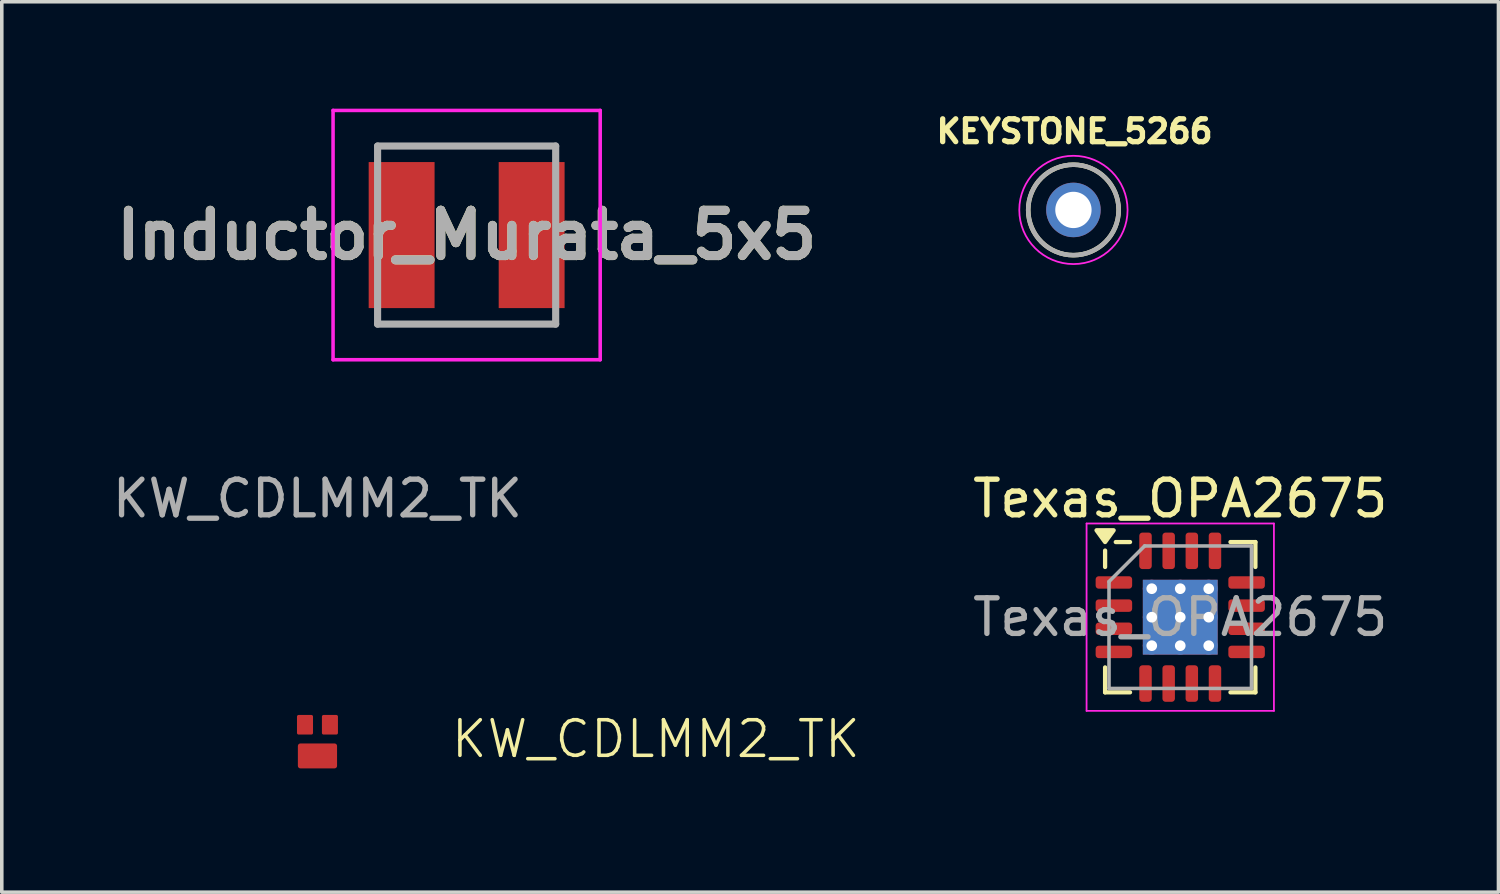
<source format=kicad_pcb>
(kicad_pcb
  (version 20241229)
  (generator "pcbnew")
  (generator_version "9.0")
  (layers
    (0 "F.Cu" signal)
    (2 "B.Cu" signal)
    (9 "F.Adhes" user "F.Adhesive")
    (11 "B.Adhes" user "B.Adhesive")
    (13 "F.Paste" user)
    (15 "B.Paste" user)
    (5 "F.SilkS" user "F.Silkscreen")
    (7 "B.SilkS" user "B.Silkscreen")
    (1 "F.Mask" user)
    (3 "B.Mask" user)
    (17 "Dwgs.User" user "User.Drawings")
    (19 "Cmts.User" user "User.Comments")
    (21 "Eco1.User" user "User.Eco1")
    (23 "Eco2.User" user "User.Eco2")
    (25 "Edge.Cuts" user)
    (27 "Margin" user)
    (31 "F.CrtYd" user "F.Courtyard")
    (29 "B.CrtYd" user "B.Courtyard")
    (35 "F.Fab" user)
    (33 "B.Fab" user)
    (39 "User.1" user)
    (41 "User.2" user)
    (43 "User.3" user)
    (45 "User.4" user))
  (footprint "KEYSTONE_5266"
    (layer "F.Cu")
    (at 27.087 2.844)
    (property "Reference" "KEYSTONE_5266" (at 0.032 -2.206 0) (layer "F.SilkS") (effects (font (size 0.64 0.64) (thickness 0.15))))
    (attr through_hole)
    (fp_circle (center 0 0) (end 1.27 0) (stroke (width 0.127) (type solid)) (fill no) (layer "F.SilkS"))
    (fp_circle (center 0 0) (end 1.52 0) (stroke (width 0.05) (type solid)) (fill no) (layer "F.CrtYd"))
    (fp_circle (center 0 0) (end 1.27 0) (stroke (width 0.127) (type solid)) (fill no) (layer "F.Fab"))
    (pad "1" thru_hole circle (at 0 0) (size 1.53 1.53) (drill 1.02) (layers "*.Cu" "*.Mask")))
  (footprint "KW_CDLMM2_TK"
    (layer "F.Cu")
    (at 5.863 17.698)
    (property "Reference" "KW_CDLMM2_TK" (at 9.5 0 0) (unlocked yes) (layer "F.SilkS") (effects (font (size 1 1) (thickness 0.1))))
    (attr smd)
    (fp_rect (start -1 -1) (end 1 1.25) (stroke (width 0.1) (type default)) (fill no) (layer "Margin"))
    (fp_text user "${REFERENCE}" (at 0 -6.75 0) (unlocked yes) (layer "F.Fab") (effects (font (size 1 1) (thickness 0.15))))
    (pad "1" smd roundrect (at 0.35 -0.4) (size 0.45 0.55) (layers "F.Cu" "F.Mask" "F.Paste") (roundrect_rratio 0.1))
    (pad "2" smd roundrect (at -0.35 -0.4) (size 0.45 0.55) (layers "F.Cu" "F.Mask" "F.Paste") (roundrect_rratio 0.1))
    (pad "3" smd roundrect (at 0 0.475) (size 1.1 0.7) (layers "F.Cu" "F.Mask" "F.Paste") (roundrect_rratio 0.1)))
  (footprint "Inductor_Murata_5x5"
    (layer "F.Cu")
    (at 10.051 3.55)
    (property "Reference" "Inductor_Murata_5x5" (at 0 0 0) (layer "F.SilkS") (effects (font (size 1.27 1.27) (thickness 0.254))))
    (attr smd)
    (fp_line (start -2.1 -2.5) (end 2.1 -2.5) (stroke (width 0.1) (type solid)) (layer "F.SilkS"))
    (fp_line (start -2.1 2.5) (end 2.1 2.5) (stroke (width 0.1) (type solid)) (layer "F.SilkS"))
    (fp_line (start -3.75 -3.5) (end 3.75 -3.5) (stroke (width 0.1) (type solid)) (layer "F.CrtYd"))
    (fp_line (start -3.75 3.5) (end -3.75 -3.5) (stroke (width 0.1) (type solid)) (layer "F.CrtYd"))
    (fp_line (start 3.75 -3.5) (end 3.75 3.5) (stroke (width 0.1) (type solid)) (layer "F.CrtYd"))
    (fp_line (start 3.75 3.5) (end -3.75 3.5) (stroke (width 0.1) (type solid)) (layer "F.CrtYd"))
    (fp_line (start -2.5 -2.5) (end 2.5 -2.5) (stroke (width 0.2) (type solid)) (layer "F.Fab"))
    (fp_line (start -2.5 2.5) (end -2.5 -2.5) (stroke (width 0.2) (type solid)) (layer "F.Fab"))
    (fp_line (start 2.5 -2.5) (end 2.5 2.5) (stroke (width 0.2) (type solid)) (layer "F.Fab"))
    (fp_line (start 2.5 2.5) (end -2.5 2.5) (stroke (width 0.2) (type solid)) (layer "F.Fab"))
    (fp_text user "${REFERENCE}" (at 0 0 0) (layer "F.Fab") (effects (font (size 1.27 1.27) (thickness 0.254))))
    (pad "1" smd rect (at -1.825 0) (size 1.85 4.1) (layers "F.Cu" "F.Mask" "F.Paste"))
    (pad "2" smd rect (at 1.825 0) (size 1.85 4.1) (layers "F.Cu" "F.Mask" "F.Paste")))
  (footprint "Texas_OPA2675"
    (layer "F.Cu")
    (at 30.086 14.278)
    (property "Reference" "Texas_OPA2675" (at 0 -3.33 0) (layer "F.SilkS") (effects (font (size 1 1) (thickness 0.15))))
    (attr smd)
    (fp_line (start -2.11 -1.41) (end -2.11 -1.87) (stroke (width 0.12) (type solid)) (layer "F.SilkS"))
    (fp_line (start -2.11 2.11) (end -2.11 1.41) (stroke (width 0.12) (type solid)) (layer "F.SilkS"))
    (fp_line (start -1.41 -2.11) (end -1.81 -2.11) (stroke (width 0.12) (type solid)) (layer "F.SilkS"))
    (fp_line (start -1.41 2.11) (end -2.11 2.11) (stroke (width 0.12) (type solid)) (layer "F.SilkS"))
    (fp_line (start 1.41 -2.11) (end 2.11 -2.11) (stroke (width 0.12) (type solid)) (layer "F.SilkS"))
    (fp_line (start 1.41 2.11) (end 2.11 2.11) (stroke (width 0.12) (type solid)) (layer "F.SilkS"))
    (fp_line (start 2.11 -2.11) (end 2.11 -1.41) (stroke (width 0.12) (type solid)) (layer "F.SilkS"))
    (fp_line (start 2.11 2.11) (end 2.11 1.41) (stroke (width 0.12) (type solid)) (layer "F.SilkS"))
    (fp_poly (pts (xy -2.11 -2.11) (xy -2.35 -2.44) (xy -1.87 -2.44) (xy -2.11 -2.11)) (stroke (width 0.12) (type solid)) (fill yes) (layer "F.SilkS"))
    (fp_line (start -2.63 -2.63) (end -2.63 2.63) (stroke (width 0.05) (type solid)) (layer "F.CrtYd"))
    (fp_line (start -2.63 2.63) (end 2.63 2.63) (stroke (width 0.05) (type solid)) (layer "F.CrtYd"))
    (fp_line (start 2.63 -2.63) (end -2.63 -2.63) (stroke (width 0.05) (type solid)) (layer "F.CrtYd"))
    (fp_line (start 2.63 2.63) (end 2.63 -2.63) (stroke (width 0.05) (type solid)) (layer "F.CrtYd"))
    (fp_line (start -2 -1) (end -1 -2) (stroke (width 0.1) (type solid)) (layer "F.Fab"))
    (fp_line (start -2 2) (end -2 -1) (stroke (width 0.1) (type solid)) (layer "F.Fab"))
    (fp_line (start -1 -2) (end 2 -2) (stroke (width 0.1) (type solid)) (layer "F.Fab"))
    (fp_line (start 2 -2) (end 2 2) (stroke (width 0.1) (type solid)) (layer "F.Fab"))
    (fp_line (start 2 2) (end -2 2) (stroke (width 0.1) (type solid)) (layer "F.Fab"))
    (fp_text user "${REFERENCE}" (at 0 0 0) (layer "F.Fab") (effects (font (size 1 1) (thickness 0.15))))
    (pad "1" smd roundrect (at -1.863 -0.975) (size 1.025 0.35) (layers "F.Cu" "F.Mask" "F.Paste") (roundrect_rratio 0.25))
    (pad "2" smd roundrect (at -1.863 -0.325) (size 1.025 0.35) (layers "F.Cu" "F.Mask" "F.Paste") (roundrect_rratio 0.25))
    (pad "3" smd roundrect (at -1.863 0.325) (size 1.025 0.35) (layers "F.Cu" "F.Mask" "F.Paste") (roundrect_rratio 0.25))
    (pad "4" smd roundrect (at -1.863 0.975) (size 1.025 0.35) (layers "F.Cu" "F.Mask" "F.Paste") (roundrect_rratio 0.25))
    (pad "5" smd roundrect (at -0.975 1.863) (size 0.35 1.025) (layers "F.Cu" "F.Mask" "F.Paste") (roundrect_rratio 0.25))
    (pad "6" smd roundrect (at -0.325 1.863) (size 0.35 1.025) (layers "F.Cu" "F.Mask" "F.Paste") (roundrect_rratio 0.25))
    (pad "7" smd roundrect (at 0.325 1.863) (size 0.35 1.025) (layers "F.Cu" "F.Mask" "F.Paste") (roundrect_rratio 0.25))
    (pad "8" smd roundrect (at 0.975 1.863) (size 0.35 1.025) (layers "F.Cu" "F.Mask" "F.Paste") (roundrect_rratio 0.25))
    (pad "9" smd roundrect (at 1.863 0.975) (size 1.025 0.35) (layers "F.Cu" "F.Mask" "F.Paste") (roundrect_rratio 0.25))
    (pad "10" smd roundrect (at 1.863 0.325) (size 1.025 0.35) (layers "F.Cu" "F.Mask" "F.Paste") (roundrect_rratio 0.25))
    (pad "11" smd roundrect (at 1.863 -0.325) (size 1.025 0.35) (layers "F.Cu" "F.Mask" "F.Paste") (roundrect_rratio 0.25))
    (pad "12" smd roundrect (at 1.863 -0.975) (size 1.025 0.35) (layers "F.Cu" "F.Mask" "F.Paste") (roundrect_rratio 0.25))
    (pad "13" smd roundrect (at 0.975 -1.863) (size 0.35 1.025) (layers "F.Cu" "F.Mask" "F.Paste") (roundrect_rratio 0.25))
    (pad "14" smd roundrect (at 0.325 -1.863) (size 0.35 1.025) (layers "F.Cu" "F.Mask" "F.Paste") (roundrect_rratio 0.25))
    (pad "15" smd roundrect (at -0.325 -1.863) (size 0.35 1.025) (layers "F.Cu" "F.Mask" "F.Paste") (roundrect_rratio 0.25))
    (pad "16" smd roundrect (at -0.975 -1.863) (size 0.35 1.025) (layers "F.Cu" "F.Mask" "F.Paste") (roundrect_rratio 0.25))
    (pad "17" thru_hole circle (at -0.8 -0.8) (size 0.5 0.5) (drill 0.3) (property pad_prop_heatsink) (layers "*.Cu"))
    (pad "17" thru_hole circle (at -0.8 0) (size 0.5 0.5) (drill 0.3) (property pad_prop_heatsink) (layers "*.Cu"))
    (pad "17" thru_hole circle (at -0.8 0.8) (size 0.5 0.5) (drill 0.3) (property pad_prop_heatsink) (layers "*.Cu"))
    (pad "17" thru_hole circle (at 0 -0.8) (size 0.5 0.5) (drill 0.3) (property pad_prop_heatsink) (layers "*.Cu"))
    (pad "17" thru_hole circle (at 0 0) (size 0.5 0.5) (drill 0.3) (property pad_prop_heatsink) (layers "*.Cu"))
    (pad "17" smd rect (at 0 0) (size 2.1 2.1) (property pad_prop_heatsink) (layers "F.Cu" "F.Mask"))
    (pad "17" smd rect (at 0 0) (size 2.1 2.1) (property pad_prop_heatsink) (layers "B.Cu"))
    (pad "17" thru_hole circle (at 0 0.8) (size 0.5 0.5) (drill 0.3) (property pad_prop_heatsink) (layers "*.Cu"))
    (pad "17" thru_hole circle (at 0.8 -0.8) (size 0.5 0.5) (drill 0.3) (property pad_prop_heatsink) (layers "*.Cu"))
    (pad "17" thru_hole circle (at 0.8 0) (size 0.5 0.5) (drill 0.3) (property pad_prop_heatsink) (layers "*.Cu"))
    (pad "17" thru_hole circle (at 0.8 0.8) (size 0.5 0.5) (drill 0.3) (property pad_prop_heatsink) (layers "*.Cu")))
  (gr_rect
    (start -3 -3)
    (end 39.02 21.998)
    (stroke (width 0.1) (type default))
    (fill no)
    (layer "Edge.Cuts")))
</source>
